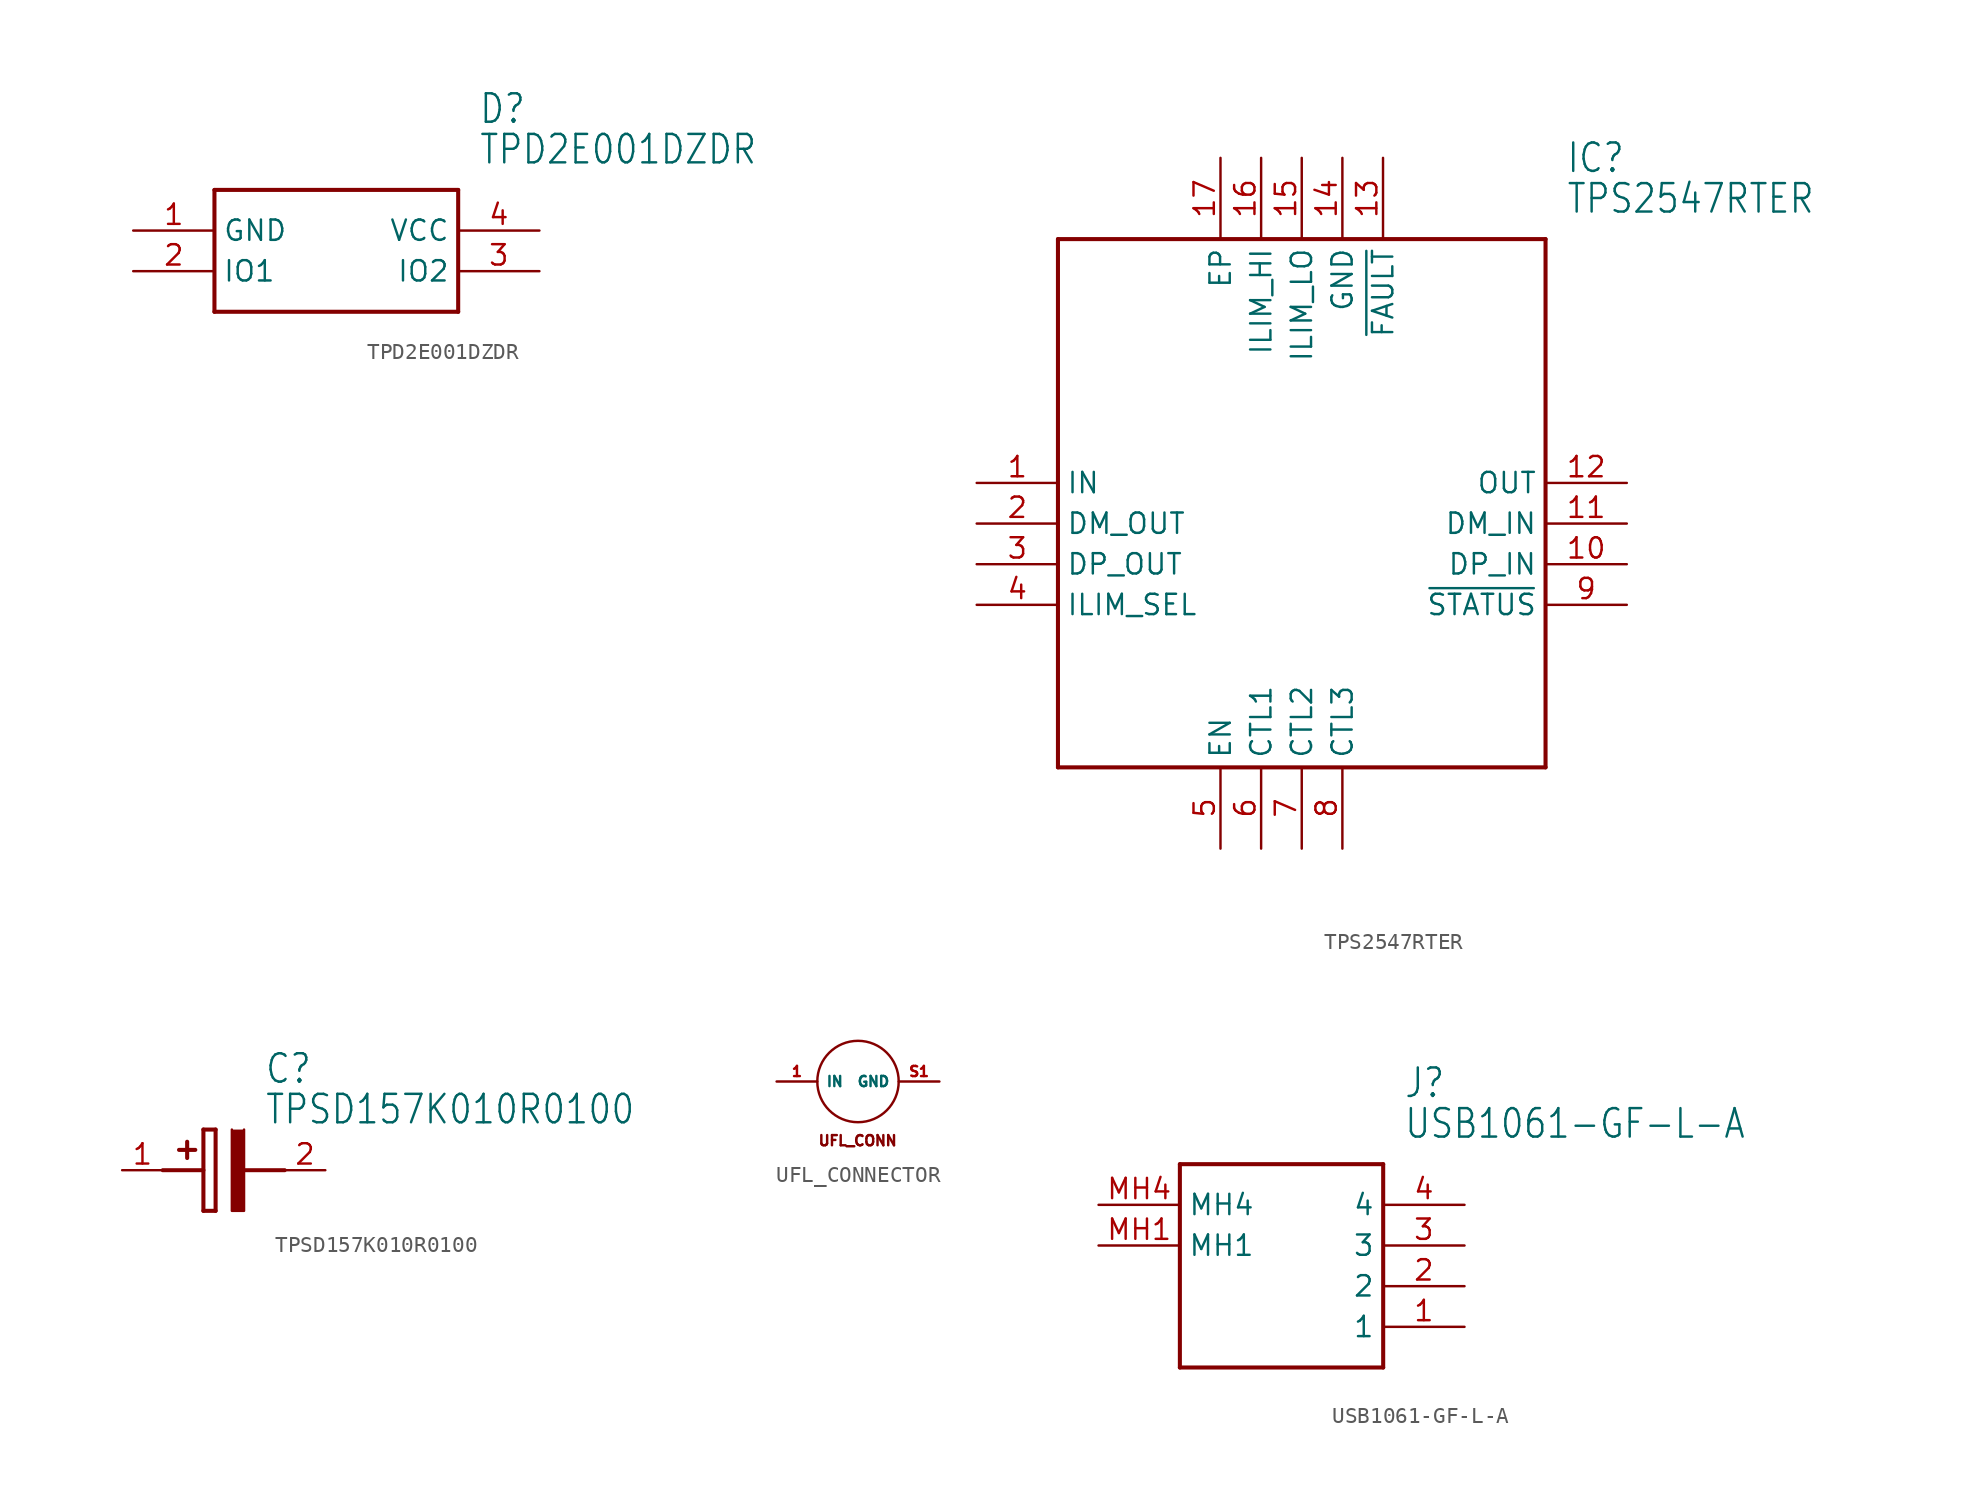
<source format=kicad_sym>
(kicad_symbol_lib
  (version 20211014)
  (generator kicad_symbol_editor)
  (symbol "TPD2E001DZDR"
    (property "Reference" "D"
      (at 21.59 7.62 0)
      (effects (font (size 1.778 1.511)) (justify left)))
    (property "Value" "TPD2E001DZDR"
      (at 21.59 5.08 0)
      (effects (font (size 1.778 1.511)) (justify left)))
    (property "ki_locked" ""
      (at 0 0 0)
      (effects (font (size 1.27 1.27))))
    (symbol "TPD2E001DZDR_1_0"
      (polyline (pts (xy 5.08 2.54) (xy 5.08 -5.08)) (stroke (width 0.254) (type default) (color 0 0 0 0)) (fill (type none)))
      (polyline (pts (xy 5.08 2.54) (xy 20.32 2.54)) (stroke (width 0.254) (type default) (color 0 0 0 0)) (fill (type none)))
      (polyline (pts (xy 20.32 -5.08) (xy 5.08 -5.08)) (stroke (width 0.254) (type default) (color 0 0 0 0)) (fill (type none)))
      (polyline (pts (xy 20.32 -5.08) (xy 20.32 2.54)) (stroke (width 0.254) (type default) (color 0 0 0 0)) (fill (type none)))
      (pin power_in line (at 0 0 0) (length 5.08) (name "GND" (effects (font (size 1.27 1.27)))) (number "1" (effects (font (size 1.27 1.27)))))
      (pin bidirectional line (at 0 -2.54 0) (length 5.08) (name "IO1" (effects (font (size 1.27 1.27)))) (number "2" (effects (font (size 1.27 1.27)))))
      (pin bidirectional line (at 25.4 -2.54 180) (length 5.08) (name "IO2" (effects (font (size 1.27 1.27)))) (number "3" (effects (font (size 1.27 1.27)))))
      (pin bidirectional line (at 25.4 0 180) (length 5.08) (name "VCC" (effects (font (size 1.27 1.27)))) (number "4" (effects (font (size 1.27 1.27)))))))
  (symbol "TPS2547RTER"
    (property "Reference" "IC"
      (at 36.83 20.32 0)
      (effects (font (size 1.778 1.511)) (justify left)))
    (property "Value" "TPS2547RTER"
      (at 36.83 17.78 0)
      (effects (font (size 1.778 1.511)) (justify left)))
    (property "ki_locked" ""
      (at 0 0 0)
      (effects (font (size 1.27 1.27))))
    (symbol "TPS2547RTER_1_0"
      (polyline (pts (xy 5.08 15.24) (xy 5.08 -17.78)) (stroke (width 0.254) (type default) (color 0 0 0 0)) (fill (type none)))
      (polyline (pts (xy 5.08 15.24) (xy 35.56 15.24)) (stroke (width 0.254) (type default) (color 0 0 0 0)) (fill (type none)))
      (polyline (pts (xy 35.56 -17.78) (xy 5.08 -17.78)) (stroke (width 0.254) (type default) (color 0 0 0 0)) (fill (type none)))
      (polyline (pts (xy 35.56 -17.78) (xy 35.56 15.24)) (stroke (width 0.254) (type default) (color 0 0 0 0)) (fill (type none)))
      (pin power_in line (at 0 0 0) (length 5.08) (name "IN" (effects (font (size 1.27 1.27)))) (number "1" (effects (font (size 1.27 1.27)))))
      (pin bidirectional line (at 40.64 -5.08 180) (length 5.08) (name "DP_IN" (effects (font (size 1.27 1.27)))) (number "10" (effects (font (size 1.27 1.27)))))
      (pin bidirectional line (at 40.64 -2.54 180) (length 5.08) (name "DM_IN" (effects (font (size 1.27 1.27)))) (number "11" (effects (font (size 1.27 1.27)))))
      (pin bidirectional line (at 40.64 0 180) (length 5.08) (name "OUT" (effects (font (size 1.27 1.27)))) (number "12" (effects (font (size 1.27 1.27)))))
      (pin bidirectional line (at 25.4 20.32 270) (length 5.08) (name "~{FAULT}" (effects (font (size 1.27 1.27)))) (number "13" (effects (font (size 1.27 1.27)))))
      (pin power_in line (at 22.86 20.32 270) (length 5.08) (name "GND" (effects (font (size 1.27 1.27)))) (number "14" (effects (font (size 1.27 1.27)))))
      (pin bidirectional line (at 20.32 20.32 270) (length 5.08) (name "ILIM_LO" (effects (font (size 1.27 1.27)))) (number "15" (effects (font (size 1.27 1.27)))))
      (pin bidirectional line (at 17.78 20.32 270) (length 5.08) (name "ILIM_HI" (effects (font (size 1.27 1.27)))) (number "16" (effects (font (size 1.27 1.27)))))
      (pin power_in line (at 15.24 20.32 270) (length 5.08) (name "EP" (effects (font (size 1.27 1.27)))) (number "17" (effects (font (size 1.27 1.27)))))
      (pin bidirectional line (at 0 -2.54 0) (length 5.08) (name "DM_OUT" (effects (font (size 1.27 1.27)))) (number "2" (effects (font (size 1.27 1.27)))))
      (pin bidirectional line (at 0 -5.08 0) (length 5.08) (name "DP_OUT" (effects (font (size 1.27 1.27)))) (number "3" (effects (font (size 1.27 1.27)))))
      (pin bidirectional line (at 0 -7.62 0) (length 5.08) (name "ILIM_SEL" (effects (font (size 1.27 1.27)))) (number "4" (effects (font (size 1.27 1.27)))))
      (pin bidirectional line (at 15.24 -22.86 90) (length 5.08) (name "EN" (effects (font (size 1.27 1.27)))) (number "5" (effects (font (size 1.27 1.27)))))
      (pin bidirectional line (at 17.78 -22.86 90) (length 5.08) (name "CTL1" (effects (font (size 1.27 1.27)))) (number "6" (effects (font (size 1.27 1.27)))))
      (pin bidirectional line (at 20.32 -22.86 90) (length 5.08) (name "CTL2" (effects (font (size 1.27 1.27)))) (number "7" (effects (font (size 1.27 1.27)))))
      (pin bidirectional line (at 22.86 -22.86 90) (length 5.08) (name "CTL3" (effects (font (size 1.27 1.27)))) (number "8" (effects (font (size 1.27 1.27)))))
      (pin bidirectional line (at 40.64 -7.62 180) (length 5.08) (name "~{STATUS}" (effects (font (size 1.27 1.27)))) (number "9" (effects (font (size 1.27 1.27)))))))
  (symbol "TPSD157K010R0100"
    (property "Reference" "C"
      (at 8.89 6.35 0)
      (effects (font (size 1.778 1.511)) (justify left)))
    (property "Value" "TPSD157K010R0100"
      (at 8.89 3.81 0)
      (effects (font (size 1.778 1.511)) (justify left)))
    (property "ki_locked" ""
      (at 0 0 0)
      (effects (font (size 1.27 1.27))))
    (symbol "TPSD157K010R0100_1_0"
      (polyline (pts (xy 2.54 0) (xy 5.08 0)) (stroke (width 0.254) (type default) (color 0 0 0 0)) (fill (type none)))
      (polyline (pts (xy 4.064 1.778) (xy 4.064 0.762)) (stroke (width 0.254) (type default) (color 0 0 0 0)) (fill (type none)))
      (polyline (pts (xy 4.572 1.27) (xy 3.556 1.27)) (stroke (width 0.254) (type default) (color 0 0 0 0)) (fill (type none)))
      (polyline (pts (xy 5.08 2.54) (xy 5.08 -2.54)) (stroke (width 0.254) (type default) (color 0 0 0 0)) (fill (type none)))
      (polyline (pts (xy 5.08 2.54) (xy 5.842 2.54)) (stroke (width 0.254) (type default) (color 0 0 0 0)) (fill (type none)))
      (polyline (pts (xy 5.842 -2.54) (xy 5.08 -2.54)) (stroke (width 0.254) (type default) (color 0 0 0 0)) (fill (type none)))
      (polyline (pts (xy 5.842 -2.54) (xy 5.842 2.54)) (stroke (width 0.254) (type default) (color 0 0 0 0)) (fill (type none)))
      (polyline (pts (xy 7.62 0) (xy 10.16 0)) (stroke (width 0.254) (type default) (color 0 0 0 0)) (fill (type none)))
      (polyline (pts (xy 7.62 2.54) (xy 7.62 -2.54) (xy 6.858 -2.54) (xy 6.858 2.54)) (stroke (width 0) (type default) (color 0 0 0 0)) (fill (type outline)))
      (pin bidirectional line (at 0 0 0) (length 2.54) (name "+" (effects (font (size 0 0)))) (number "1" (effects (font (size 1.27 1.27)))))
      (pin bidirectional line (at 12.7 0 180) (length 2.54) (name "-" (effects (font (size 0 0)))) (number "2" (effects (font (size 1.27 1.27)))))))
  (symbol "UFL_CONNECTOR"
    (property "Reference" "UFL"
      (at -8.89 19.304 0)
      (effects (font (size 1.27 1.27)) hide))
    (property "ki_locked" ""
      (at 0 0 0)
      (effects (font (size 1.27 1.27))))
    (symbol "UFL_CONNECTOR_1_0"
      (text "UFL_CONN" (at -3.556 -1.778 0) (effects (font (size 0.635 0.635)) (justify left bottom)))
      (pin bidirectional line (at -6.096 2.286 0) (length 2.54) (name "IN" (effects (font (size 0.635 0.635)))) (number "1" (effects (font (size 0.635 0.635)))))
      (pin bidirectional line (at 4.064 2.286 180) (length 2.54) (name "GND" (effects (font (size 0.635 0.635)))) (number "S1" (effects (font (size 0.635 0.635)))))
      (pin bidirectional line (at 4.064 2.286 180) (length 2.54) hide (name "GND" (effects (font (size 0.635 0.635)))) (number "S2" (effects (font (size 0.635 0.635)))))
      (pin bidirectional line (at 4.064 2.286 180) (length 2.54) hide (name "GND" (effects (font (size 0.635 0.635)))) (number "S3" (effects (font (size 0.635 0.635))))))
    (symbol "UFL_CONNECTOR_1_1"
      (circle (center -1.016 2.286) (radius 2.54) (stroke (width 0) (type default) (color 0 0 0 0)) (fill (type none)))))
  (symbol "USB1061-GF-L-A"
    (property "Reference" "J"
      (at 19.05 7.62 0)
      (effects (font (size 1.778 1.511)) (justify left)))
    (property "Value" "USB1061-GF-L-A"
      (at 19.05 5.08 0)
      (effects (font (size 1.778 1.511)) (justify left)))
    (property "ki_locked" ""
      (at 0 0 0)
      (effects (font (size 1.27 1.27))))
    (symbol "USB1061-GF-L-A_1_0"
      (polyline (pts (xy 5.08 2.54) (xy 5.08 -10.16)) (stroke (width 0.254) (type default) (color 0 0 0 0)) (fill (type none)))
      (polyline (pts (xy 5.08 2.54) (xy 17.78 2.54)) (stroke (width 0.254) (type default) (color 0 0 0 0)) (fill (type none)))
      (polyline (pts (xy 17.78 -10.16) (xy 5.08 -10.16)) (stroke (width 0.254) (type default) (color 0 0 0 0)) (fill (type none)))
      (polyline (pts (xy 17.78 -10.16) (xy 17.78 2.54)) (stroke (width 0.254) (type default) (color 0 0 0 0)) (fill (type none)))
      (pin bidirectional line (at 22.86 -7.62 180) (length 5.08) (name "1" (effects (font (size 1.27 1.27)))) (number "1" (effects (font (size 1.27 1.27)))))
      (pin bidirectional line (at 22.86 -5.08 180) (length 5.08) (name "2" (effects (font (size 1.27 1.27)))) (number "2" (effects (font (size 1.27 1.27)))))
      (pin bidirectional line (at 22.86 -2.54 180) (length 5.08) (name "3" (effects (font (size 1.27 1.27)))) (number "3" (effects (font (size 1.27 1.27)))))
      (pin bidirectional line (at 22.86 0 180) (length 5.08) (name "4" (effects (font (size 1.27 1.27)))) (number "4" (effects (font (size 1.27 1.27)))))
      (pin bidirectional line (at 0 -2.54 0) (length 5.08) (name "MH1" (effects (font (size 1.27 1.27)))) (number "MH1" (effects (font (size 1.27 1.27)))))
      (pin bidirectional line (at 0 0 0) (length 5.08) (name "MH4" (effects (font (size 1.27 1.27)))) (number "MH4" (effects (font (size 1.27 1.27))))))))
</source>
